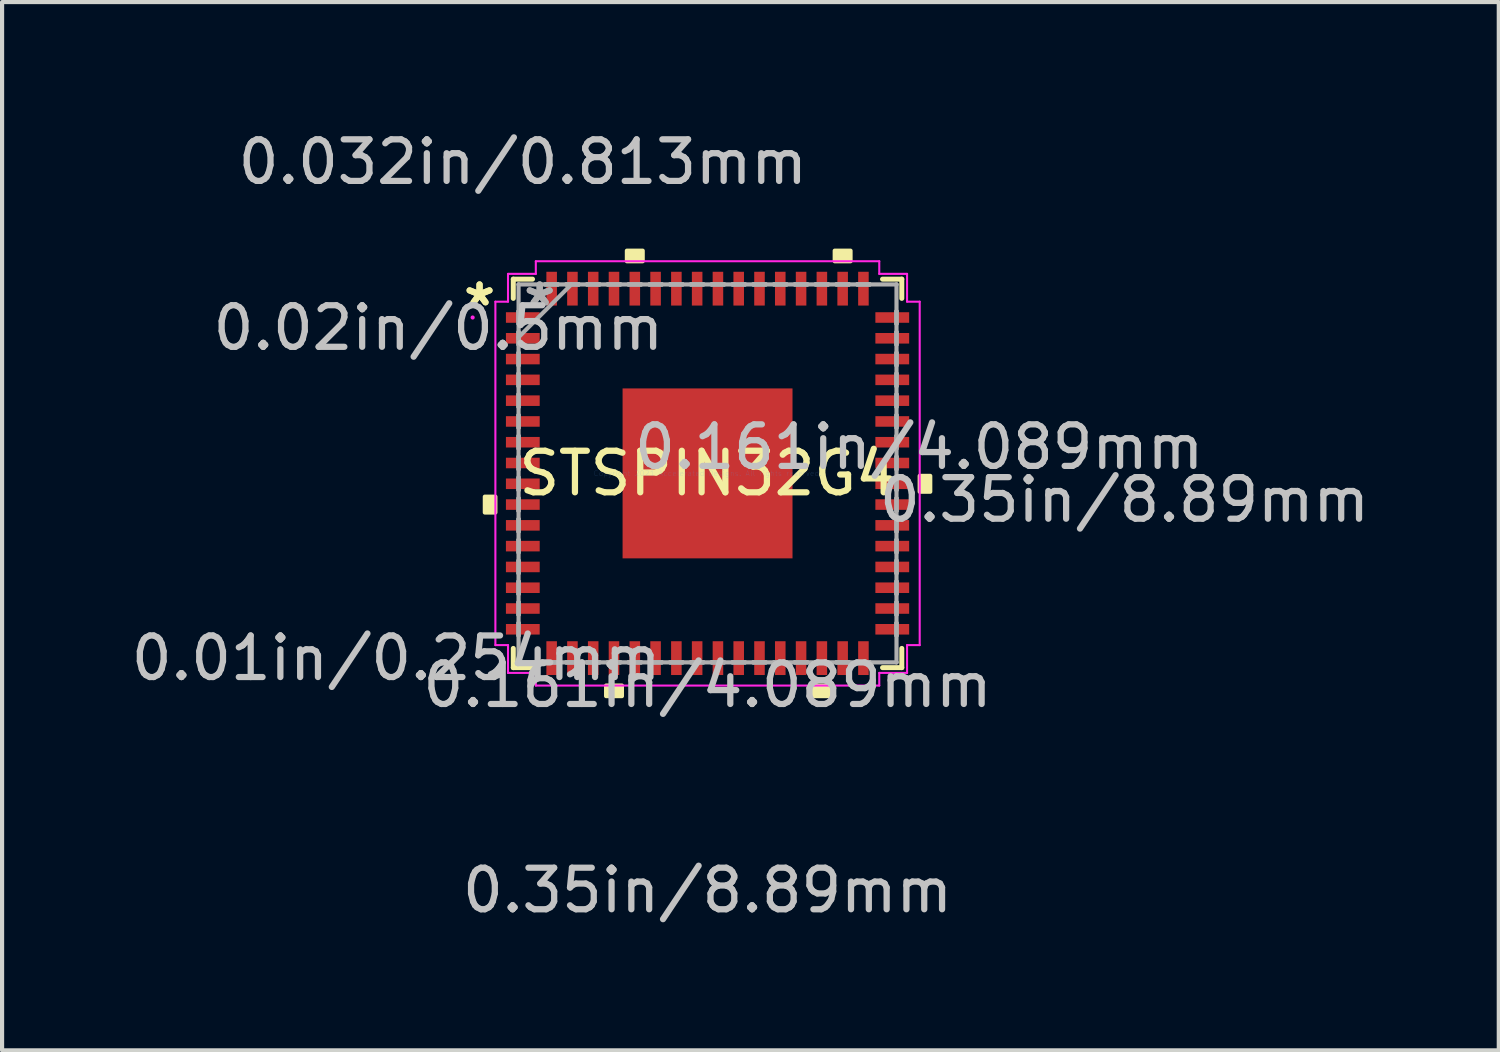
<source format=kicad_pcb>
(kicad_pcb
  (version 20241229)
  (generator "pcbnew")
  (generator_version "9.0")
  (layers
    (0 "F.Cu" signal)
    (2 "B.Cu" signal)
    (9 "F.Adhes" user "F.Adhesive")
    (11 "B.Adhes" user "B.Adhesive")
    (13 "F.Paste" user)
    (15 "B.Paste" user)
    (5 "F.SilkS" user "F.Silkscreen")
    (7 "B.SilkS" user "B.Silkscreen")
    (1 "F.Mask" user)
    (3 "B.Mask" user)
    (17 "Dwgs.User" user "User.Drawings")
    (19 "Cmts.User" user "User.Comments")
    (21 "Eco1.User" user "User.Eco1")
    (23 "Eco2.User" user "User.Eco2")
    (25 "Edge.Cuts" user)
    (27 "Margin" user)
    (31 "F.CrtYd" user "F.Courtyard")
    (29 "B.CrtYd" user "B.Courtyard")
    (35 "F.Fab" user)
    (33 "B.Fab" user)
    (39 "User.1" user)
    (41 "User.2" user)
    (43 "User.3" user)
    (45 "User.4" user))
  (footprint "STSPIN32G4"
    (layer "F.Cu")
    (at 13.975 8.341)
    (property "Reference" "STSPIN32G4" (at 0 0 0) (layer "F.SilkS") (effects (font (size 1 1) (thickness 0.15))))
    (attr through_hole)
    (fp_line (start -4.674 -4.674) (end -4.674 -4.211) (stroke (width 0.12) (type solid)) (layer "F.SilkS"))
    (fp_line (start -4.674 4.211) (end -4.674 4.674) (stroke (width 0.12) (type solid)) (layer "F.SilkS"))
    (fp_line (start -4.674 4.674) (end -4.211 4.674) (stroke (width 0.12) (type solid)) (layer "F.SilkS"))
    (fp_line (start -4.211 -4.674) (end -4.674 -4.674) (stroke (width 0.12) (type solid)) (layer "F.SilkS"))
    (fp_line (start 4.211 4.674) (end 4.674 4.674) (stroke (width 0.12) (type solid)) (layer "F.SilkS"))
    (fp_line (start 4.674 -4.674) (end 4.211 -4.674) (stroke (width 0.12) (type solid)) (layer "F.SilkS"))
    (fp_line (start 4.674 -4.211) (end 4.674 -4.674) (stroke (width 0.12) (type solid)) (layer "F.SilkS"))
    (fp_line (start 4.674 4.674) (end 4.674 4.211) (stroke (width 0.12) (type solid)) (layer "F.SilkS"))
    (fp_poly (pts (xy -5.359 0.56) (xy -5.359 0.941) (xy -5.105 0.941) (xy -5.105 0.56)) (stroke (width 0.1) (type solid)) (fill yes) (layer "F.SilkS"))
    (fp_poly (pts (xy -2.441 5.105) (xy -2.441 5.359) (xy -2.06 5.359) (xy -2.06 5.105)) (stroke (width 0.1) (type solid)) (fill yes) (layer "F.SilkS"))
    (fp_poly (pts (xy -1.941 -5.105) (xy -1.941 -5.359) (xy -1.56 -5.359) (xy -1.56 -5.105)) (stroke (width 0.1) (type solid)) (fill yes) (layer "F.SilkS"))
    (fp_poly (pts (xy 2.56 5.105) (xy 2.56 5.359) (xy 2.941 5.359) (xy 2.941 5.105)) (stroke (width 0.1) (type solid)) (fill yes) (layer "F.SilkS"))
    (fp_poly (pts (xy 3.06 -5.105) (xy 3.06 -5.359) (xy 3.441 -5.359) (xy 3.441 -5.105)) (stroke (width 0.1) (type solid)) (fill yes) (layer "F.SilkS"))
    (fp_poly (pts (xy 5.359 0.06) (xy 5.359 0.441) (xy 5.105 0.441) (xy 5.105 0.06)) (stroke (width 0.1) (type solid)) (fill yes) (layer "F.SilkS"))
    (fp_poly (pts (xy -1.945 -1.945) (xy -1.945 -0.782) (xy -0.782 -0.782) (xy -0.782 -1.945)) (stroke (width 0.1) (type solid)) (fill yes) (layer "F.Paste"))
    (fp_poly (pts (xy -1.945 -0.582) (xy -1.945 0.582) (xy -0.782 0.582) (xy -0.782 -0.582)) (stroke (width 0.1) (type solid)) (fill yes) (layer "F.Paste"))
    (fp_poly (pts (xy -1.945 0.782) (xy -1.945 1.945) (xy -0.782 1.945) (xy -0.782 0.782)) (stroke (width 0.1) (type solid)) (fill yes) (layer "F.Paste"))
    (fp_poly (pts (xy -0.582 -1.945) (xy -0.582 -0.782) (xy 0.582 -0.782) (xy 0.582 -1.945)) (stroke (width 0.1) (type solid)) (fill yes) (layer "F.Paste"))
    (fp_poly (pts (xy -0.582 -0.582) (xy -0.582 0.582) (xy 0.582 0.582) (xy 0.582 -0.582)) (stroke (width 0.1) (type solid)) (fill yes) (layer "F.Paste"))
    (fp_poly (pts (xy -0.582 0.782) (xy -0.582 1.945) (xy 0.582 1.945) (xy 0.582 0.782)) (stroke (width 0.1) (type solid)) (fill yes) (layer "F.Paste"))
    (fp_poly (pts (xy 0.782 -1.945) (xy 0.782 -0.782) (xy 1.945 -0.782) (xy 1.945 -1.945)) (stroke (width 0.1) (type solid)) (fill yes) (layer "F.Paste"))
    (fp_poly (pts (xy 0.782 -0.582) (xy 0.782 0.582) (xy 1.945 0.582) (xy 1.945 -0.582)) (stroke (width 0.1) (type solid)) (fill yes) (layer "F.Paste"))
    (fp_poly (pts (xy 0.782 0.782) (xy 0.782 1.945) (xy 1.945 1.945) (xy 1.945 0.782)) (stroke (width 0.1) (type solid)) (fill yes) (layer "F.Paste"))
    (fp_line (start -5.105 -4.132) (end -4.801 -4.132) (stroke (width 0.05) (type solid)) (layer "F.CrtYd"))
    (fp_line (start -5.105 4.132) (end -5.105 -4.132) (stroke (width 0.05) (type solid)) (layer "F.CrtYd"))
    (fp_line (start -4.801 -4.801) (end -4.132 -4.801) (stroke (width 0.05) (type solid)) (layer "F.CrtYd"))
    (fp_line (start -4.801 -4.132) (end -4.801 -4.801) (stroke (width 0.05) (type solid)) (layer "F.CrtYd"))
    (fp_line (start -4.801 4.132) (end -5.105 4.132) (stroke (width 0.05) (type solid)) (layer "F.CrtYd"))
    (fp_line (start -4.801 4.801) (end -4.801 4.132) (stroke (width 0.05) (type solid)) (layer "F.CrtYd"))
    (fp_line (start -4.132 -5.105) (end 4.132 -5.105) (stroke (width 0.05) (type solid)) (layer "F.CrtYd"))
    (fp_line (start -4.132 -4.801) (end -4.132 -5.105) (stroke (width 0.05) (type solid)) (layer "F.CrtYd"))
    (fp_line (start -4.132 4.801) (end -4.801 4.801) (stroke (width 0.05) (type solid)) (layer "F.CrtYd"))
    (fp_line (start -4.132 5.105) (end -4.132 4.801) (stroke (width 0.05) (type solid)) (layer "F.CrtYd"))
    (fp_line (start 4.132 -5.105) (end 4.132 -4.801) (stroke (width 0.05) (type solid)) (layer "F.CrtYd"))
    (fp_line (start 4.132 -4.801) (end 4.801 -4.801) (stroke (width 0.05) (type solid)) (layer "F.CrtYd"))
    (fp_line (start 4.132 4.801) (end 4.132 5.105) (stroke (width 0.05) (type solid)) (layer "F.CrtYd"))
    (fp_line (start 4.132 5.105) (end -4.132 5.105) (stroke (width 0.05) (type solid)) (layer "F.CrtYd"))
    (fp_line (start 4.801 -4.801) (end 4.801 -4.132) (stroke (width 0.05) (type solid)) (layer "F.CrtYd"))
    (fp_line (start 4.801 -4.132) (end 5.105 -4.132) (stroke (width 0.05) (type solid)) (layer "F.CrtYd"))
    (fp_line (start 4.801 4.132) (end 4.801 4.801) (stroke (width 0.05) (type solid)) (layer "F.CrtYd"))
    (fp_line (start 4.801 4.801) (end 4.132 4.801) (stroke (width 0.05) (type solid)) (layer "F.CrtYd"))
    (fp_line (start 5.105 -4.132) (end 5.105 4.132) (stroke (width 0.05) (type solid)) (layer "F.CrtYd"))
    (fp_line (start 5.105 4.132) (end 4.801 4.132) (stroke (width 0.05) (type solid)) (layer "F.CrtYd"))
    (fp_circle (center -5.652 -3.751) (end -5.652 -3.751) (stroke (width 0.05) (type solid)) (fill no) (layer "F.CrtYd"))
    (fp_line (start -4.547 -4.547) (end -4.547 -4.547) (stroke (width 0.1) (type solid)) (layer "F.Fab"))
    (fp_line (start -4.547 -4.547) (end -4.547 4.547) (stroke (width 0.1) (type solid)) (layer "F.Fab"))
    (fp_line (start -4.547 -3.903) (end -4.547 -3.903) (stroke (width 0.1) (type solid)) (layer "F.Fab"))
    (fp_line (start -4.547 -3.903) (end -4.547 -3.599) (stroke (width 0.1) (type solid)) (layer "F.Fab"))
    (fp_line (start -4.547 -3.599) (end -4.547 -3.903) (stroke (width 0.1) (type solid)) (layer "F.Fab"))
    (fp_line (start -4.547 -3.599) (end -4.547 -3.599) (stroke (width 0.1) (type solid)) (layer "F.Fab"))
    (fp_line (start -4.547 -3.403) (end -4.547 -3.403) (stroke (width 0.1) (type solid)) (layer "F.Fab"))
    (fp_line (start -4.547 -3.403) (end -4.547 -3.098) (stroke (width 0.1) (type solid)) (layer "F.Fab"))
    (fp_line (start -4.547 -3.277) (end -3.277 -4.547) (stroke (width 0.1) (type solid)) (layer "F.Fab"))
    (fp_line (start -4.547 -3.098) (end -4.547 -3.403) (stroke (width 0.1) (type solid)) (layer "F.Fab"))
    (fp_line (start -4.547 -3.098) (end -4.547 -3.098) (stroke (width 0.1) (type solid)) (layer "F.Fab"))
    (fp_line (start -4.547 -2.903) (end -4.547 -2.903) (stroke (width 0.1) (type solid)) (layer "F.Fab"))
    (fp_line (start -4.547 -2.903) (end -4.547 -2.598) (stroke (width 0.1) (type solid)) (layer "F.Fab"))
    (fp_line (start -4.547 -2.598) (end -4.547 -2.903) (stroke (width 0.1) (type solid)) (layer "F.Fab"))
    (fp_line (start -4.547 -2.598) (end -4.547 -2.598) (stroke (width 0.1) (type solid)) (layer "F.Fab"))
    (fp_line (start -4.547 -2.403) (end -4.547 -2.403) (stroke (width 0.1) (type solid)) (layer "F.Fab"))
    (fp_line (start -4.547 -2.403) (end -4.547 -2.098) (stroke (width 0.1) (type solid)) (layer "F.Fab"))
    (fp_line (start -4.547 -2.098) (end -4.547 -2.403) (stroke (width 0.1) (type solid)) (layer "F.Fab"))
    (fp_line (start -4.547 -2.098) (end -4.547 -2.098) (stroke (width 0.1) (type solid)) (layer "F.Fab"))
    (fp_line (start -4.547 -1.903) (end -4.547 -1.903) (stroke (width 0.1) (type solid)) (layer "F.Fab"))
    (fp_line (start -4.547 -1.903) (end -4.547 -1.598) (stroke (width 0.1) (type solid)) (layer "F.Fab"))
    (fp_line (start -4.547 -1.598) (end -4.547 -1.903) (stroke (width 0.1) (type solid)) (layer "F.Fab"))
    (fp_line (start -4.547 -1.598) (end -4.547 -1.598) (stroke (width 0.1) (type solid)) (layer "F.Fab"))
    (fp_line (start -4.547 -1.403) (end -4.547 -1.403) (stroke (width 0.1) (type solid)) (layer "F.Fab"))
    (fp_line (start -4.547 -1.403) (end -4.547 -1.098) (stroke (width 0.1) (type solid)) (layer "F.Fab"))
    (fp_line (start -4.547 -1.098) (end -4.547 -1.403) (stroke (width 0.1) (type solid)) (layer "F.Fab"))
    (fp_line (start -4.547 -1.098) (end -4.547 -1.098) (stroke (width 0.1) (type solid)) (layer "F.Fab"))
    (fp_line (start -4.547 -0.903) (end -4.547 -0.903) (stroke (width 0.1) (type solid)) (layer "F.Fab"))
    (fp_line (start -4.547 -0.903) (end -4.547 -0.598) (stroke (width 0.1) (type solid)) (layer "F.Fab"))
    (fp_line (start -4.547 -0.598) (end -4.547 -0.903) (stroke (width 0.1) (type solid)) (layer "F.Fab"))
    (fp_line (start -4.547 -0.598) (end -4.547 -0.598) (stroke (width 0.1) (type solid)) (layer "F.Fab"))
    (fp_line (start -4.547 -0.402) (end -4.547 -0.402) (stroke (width 0.1) (type solid)) (layer "F.Fab"))
    (fp_line (start -4.547 -0.402) (end -4.547 -0.098) (stroke (width 0.1) (type solid)) (layer "F.Fab"))
    (fp_line (start -4.547 -0.098) (end -4.547 -0.402) (stroke (width 0.1) (type solid)) (layer "F.Fab"))
    (fp_line (start -4.547 -0.098) (end -4.547 -0.098) (stroke (width 0.1) (type solid)) (layer "F.Fab"))
    (fp_line (start -4.547 0.098) (end -4.547 0.098) (stroke (width 0.1) (type solid)) (layer "F.Fab"))
    (fp_line (start -4.547 0.098) (end -4.547 0.402) (stroke (width 0.1) (type solid)) (layer "F.Fab"))
    (fp_line (start -4.547 0.402) (end -4.547 0.098) (stroke (width 0.1) (type solid)) (layer "F.Fab"))
    (fp_line (start -4.547 0.402) (end -4.547 0.402) (stroke (width 0.1) (type solid)) (layer "F.Fab"))
    (fp_line (start -4.547 0.598) (end -4.547 0.598) (stroke (width 0.1) (type solid)) (layer "F.Fab"))
    (fp_line (start -4.547 0.598) (end -4.547 0.903) (stroke (width 0.1) (type solid)) (layer "F.Fab"))
    (fp_line (start -4.547 0.903) (end -4.547 0.598) (stroke (width 0.1) (type solid)) (layer "F.Fab"))
    (fp_line (start -4.547 0.903) (end -4.547 0.903) (stroke (width 0.1) (type solid)) (layer "F.Fab"))
    (fp_line (start -4.547 1.098) (end -4.547 1.098) (stroke (width 0.1) (type solid)) (layer "F.Fab"))
    (fp_line (start -4.547 1.098) (end -4.547 1.403) (stroke (width 0.1) (type solid)) (layer "F.Fab"))
    (fp_line (start -4.547 1.403) (end -4.547 1.098) (stroke (width 0.1) (type solid)) (layer "F.Fab"))
    (fp_line (start -4.547 1.403) (end -4.547 1.403) (stroke (width 0.1) (type solid)) (layer "F.Fab"))
    (fp_line (start -4.547 1.598) (end -4.547 1.598) (stroke (width 0.1) (type solid)) (layer "F.Fab"))
    (fp_line (start -4.547 1.598) (end -4.547 1.903) (stroke (width 0.1) (type solid)) (layer "F.Fab"))
    (fp_line (start -4.547 1.903) (end -4.547 1.598) (stroke (width 0.1) (type solid)) (layer "F.Fab"))
    (fp_line (start -4.547 1.903) (end -4.547 1.903) (stroke (width 0.1) (type solid)) (layer "F.Fab"))
    (fp_line (start -4.547 2.098) (end -4.547 2.098) (stroke (width 0.1) (type solid)) (layer "F.Fab"))
    (fp_line (start -4.547 2.098) (end -4.547 2.403) (stroke (width 0.1) (type solid)) (layer "F.Fab"))
    (fp_line (start -4.547 2.403) (end -4.547 2.098) (stroke (width 0.1) (type solid)) (layer "F.Fab"))
    (fp_line (start -4.547 2.403) (end -4.547 2.403) (stroke (width 0.1) (type solid)) (layer "F.Fab"))
    (fp_line (start -4.547 2.598) (end -4.547 2.598) (stroke (width 0.1) (type solid)) (layer "F.Fab"))
    (fp_line (start -4.547 2.598) (end -4.547 2.903) (stroke (width 0.1) (type solid)) (layer "F.Fab"))
    (fp_line (start -4.547 2.903) (end -4.547 2.598) (stroke (width 0.1) (type solid)) (layer "F.Fab"))
    (fp_line (start -4.547 2.903) (end -4.547 2.903) (stroke (width 0.1) (type solid)) (layer "F.Fab"))
    (fp_line (start -4.547 3.098) (end -4.547 3.098) (stroke (width 0.1) (type solid)) (layer "F.Fab"))
    (fp_line (start -4.547 3.098) (end -4.547 3.403) (stroke (width 0.1) (type solid)) (layer "F.Fab"))
    (fp_line (start -4.547 3.403) (end -4.547 3.098) (stroke (width 0.1) (type solid)) (layer "F.Fab"))
    (fp_line (start -4.547 3.403) (end -4.547 3.403) (stroke (width 0.1) (type solid)) (layer "F.Fab"))
    (fp_line (start -4.547 3.599) (end -4.547 3.599) (stroke (width 0.1) (type solid)) (layer "F.Fab"))
    (fp_line (start -4.547 3.599) (end -4.547 3.903) (stroke (width 0.1) (type solid)) (layer "F.Fab"))
    (fp_line (start -4.547 3.903) (end -4.547 3.599) (stroke (width 0.1) (type solid)) (layer "F.Fab"))
    (fp_line (start -4.547 3.903) (end -4.547 3.903) (stroke (width 0.1) (type solid)) (layer "F.Fab"))
    (fp_line (start -4.547 4.547) (end -4.547 4.547) (stroke (width 0.1) (type solid)) (layer "F.Fab"))
    (fp_line (start -4.547 4.547) (end 4.547 4.547) (stroke (width 0.1) (type solid)) (layer "F.Fab"))
    (fp_line (start -3.903 -4.547) (end -3.903 -4.547) (stroke (width 0.1) (type solid)) (layer "F.Fab"))
    (fp_line (start -3.903 -4.547) (end -3.599 -4.547) (stroke (width 0.1) (type solid)) (layer "F.Fab"))
    (fp_line (start -3.903 4.547) (end -3.903 4.547) (stroke (width 0.1) (type solid)) (layer "F.Fab"))
    (fp_line (start -3.903 4.547) (end -3.599 4.547) (stroke (width 0.1) (type solid)) (layer "F.Fab"))
    (fp_line (start -3.599 -4.547) (end -3.903 -4.547) (stroke (width 0.1) (type solid)) (layer "F.Fab"))
    (fp_line (start -3.599 -4.547) (end -3.599 -4.547) (stroke (width 0.1) (type solid)) (layer "F.Fab"))
    (fp_line (start -3.599 4.547) (end -3.903 4.547) (stroke (width 0.1) (type solid)) (layer "F.Fab"))
    (fp_line (start -3.599 4.547) (end -3.599 4.547) (stroke (width 0.1) (type solid)) (layer "F.Fab"))
    (fp_line (start -3.403 -4.547) (end -3.403 -4.547) (stroke (width 0.1) (type solid)) (layer "F.Fab"))
    (fp_line (start -3.403 -4.547) (end -3.098 -4.547) (stroke (width 0.1) (type solid)) (layer "F.Fab"))
    (fp_line (start -3.403 4.547) (end -3.403 4.547) (stroke (width 0.1) (type solid)) (layer "F.Fab"))
    (fp_line (start -3.403 4.547) (end -3.098 4.547) (stroke (width 0.1) (type solid)) (layer "F.Fab"))
    (fp_line (start -3.098 -4.547) (end -3.403 -4.547) (stroke (width 0.1) (type solid)) (layer "F.Fab"))
    (fp_line (start -3.098 -4.547) (end -3.098 -4.547) (stroke (width 0.1) (type solid)) (layer "F.Fab"))
    (fp_line (start -3.098 4.547) (end -3.403 4.547) (stroke (width 0.1) (type solid)) (layer "F.Fab"))
    (fp_line (start -3.098 4.547) (end -3.098 4.547) (stroke (width 0.1) (type solid)) (layer "F.Fab"))
    (fp_line (start -2.903 -4.547) (end -2.903 -4.547) (stroke (width 0.1) (type solid)) (layer "F.Fab"))
    (fp_line (start -2.903 -4.547) (end -2.598 -4.547) (stroke (width 0.1) (type solid)) (layer "F.Fab"))
    (fp_line (start -2.903 4.547) (end -2.903 4.547) (stroke (width 0.1) (type solid)) (layer "F.Fab"))
    (fp_line (start -2.903 4.547) (end -2.598 4.547) (stroke (width 0.1) (type solid)) (layer "F.Fab"))
    (fp_line (start -2.598 -4.547) (end -2.903 -4.547) (stroke (width 0.1) (type solid)) (layer "F.Fab"))
    (fp_line (start -2.598 -4.547) (end -2.598 -4.547) (stroke (width 0.1) (type solid)) (layer "F.Fab"))
    (fp_line (start -2.598 4.547) (end -2.903 4.547) (stroke (width 0.1) (type solid)) (layer "F.Fab"))
    (fp_line (start -2.598 4.547) (end -2.598 4.547) (stroke (width 0.1) (type solid)) (layer "F.Fab"))
    (fp_line (start -2.403 -4.547) (end -2.403 -4.547) (stroke (width 0.1) (type solid)) (layer "F.Fab"))
    (fp_line (start -2.403 -4.547) (end -2.098 -4.547) (stroke (width 0.1) (type solid)) (layer "F.Fab"))
    (fp_line (start -2.403 4.547) (end -2.403 4.547) (stroke (width 0.1) (type solid)) (layer "F.Fab"))
    (fp_line (start -2.403 4.547) (end -2.098 4.547) (stroke (width 0.1) (type solid)) (layer "F.Fab"))
    (fp_line (start -2.098 -4.547) (end -2.403 -4.547) (stroke (width 0.1) (type solid)) (layer "F.Fab"))
    (fp_line (start -2.098 -4.547) (end -2.098 -4.547) (stroke (width 0.1) (type solid)) (layer "F.Fab"))
    (fp_line (start -2.098 4.547) (end -2.403 4.547) (stroke (width 0.1) (type solid)) (layer "F.Fab"))
    (fp_line (start -2.098 4.547) (end -2.098 4.547) (stroke (width 0.1) (type solid)) (layer "F.Fab"))
    (fp_line (start -1.903 -4.547) (end -1.903 -4.547) (stroke (width 0.1) (type solid)) (layer "F.Fab"))
    (fp_line (start -1.903 -4.547) (end -1.598 -4.547) (stroke (width 0.1) (type solid)) (layer "F.Fab"))
    (fp_line (start -1.903 4.547) (end -1.903 4.547) (stroke (width 0.1) (type solid)) (layer "F.Fab"))
    (fp_line (start -1.903 4.547) (end -1.598 4.547) (stroke (width 0.1) (type solid)) (layer "F.Fab"))
    (fp_line (start -1.598 -4.547) (end -1.903 -4.547) (stroke (width 0.1) (type solid)) (layer "F.Fab"))
    (fp_line (start -1.598 -4.547) (end -1.598 -4.547) (stroke (width 0.1) (type solid)) (layer "F.Fab"))
    (fp_line (start -1.598 4.547) (end -1.903 4.547) (stroke (width 0.1) (type solid)) (layer "F.Fab"))
    (fp_line (start -1.598 4.547) (end -1.598 4.547) (stroke (width 0.1) (type solid)) (layer "F.Fab"))
    (fp_line (start -1.403 -4.547) (end -1.403 -4.547) (stroke (width 0.1) (type solid)) (layer "F.Fab"))
    (fp_line (start -1.403 -4.547) (end -1.098 -4.547) (stroke (width 0.1) (type solid)) (layer "F.Fab"))
    (fp_line (start -1.403 4.547) (end -1.403 4.547) (stroke (width 0.1) (type solid)) (layer "F.Fab"))
    (fp_line (start -1.403 4.547) (end -1.098 4.547) (stroke (width 0.1) (type solid)) (layer "F.Fab"))
    (fp_line (start -1.098 -4.547) (end -1.403 -4.547) (stroke (width 0.1) (type solid)) (layer "F.Fab"))
    (fp_line (start -1.098 -4.547) (end -1.098 -4.547) (stroke (width 0.1) (type solid)) (layer "F.Fab"))
    (fp_line (start -1.098 4.547) (end -1.403 4.547) (stroke (width 0.1) (type solid)) (layer "F.Fab"))
    (fp_line (start -1.098 4.547) (end -1.098 4.547) (stroke (width 0.1) (type solid)) (layer "F.Fab"))
    (fp_line (start -0.903 -4.547) (end -0.903 -4.547) (stroke (width 0.1) (type solid)) (layer "F.Fab"))
    (fp_line (start -0.903 -4.547) (end -0.598 -4.547) (stroke (width 0.1) (type solid)) (layer "F.Fab"))
    (fp_line (start -0.903 4.547) (end -0.903 4.547) (stroke (width 0.1) (type solid)) (layer "F.Fab"))
    (fp_line (start -0.903 4.547) (end -0.598 4.547) (stroke (width 0.1) (type solid)) (layer "F.Fab"))
    (fp_line (start -0.598 -4.547) (end -0.903 -4.547) (stroke (width 0.1) (type solid)) (layer "F.Fab"))
    (fp_line (start -0.598 -4.547) (end -0.598 -4.547) (stroke (width 0.1) (type solid)) (layer "F.Fab"))
    (fp_line (start -0.598 4.547) (end -0.903 4.547) (stroke (width 0.1) (type solid)) (layer "F.Fab"))
    (fp_line (start -0.598 4.547) (end -0.598 4.547) (stroke (width 0.1) (type solid)) (layer "F.Fab"))
    (fp_line (start -0.402 -4.547) (end -0.402 -4.547) (stroke (width 0.1) (type solid)) (layer "F.Fab"))
    (fp_line (start -0.402 -4.547) (end -0.098 -4.547) (stroke (width 0.1) (type solid)) (layer "F.Fab"))
    (fp_line (start -0.402 4.547) (end -0.402 4.547) (stroke (width 0.1) (type solid)) (layer "F.Fab"))
    (fp_line (start -0.402 4.547) (end -0.098 4.547) (stroke (width 0.1) (type solid)) (layer "F.Fab"))
    (fp_line (start -0.098 -4.547) (end -0.402 -4.547) (stroke (width 0.1) (type solid)) (layer "F.Fab"))
    (fp_line (start -0.098 -4.547) (end -0.098 -4.547) (stroke (width 0.1) (type solid)) (layer "F.Fab"))
    (fp_line (start -0.098 4.547) (end -0.402 4.547) (stroke (width 0.1) (type solid)) (layer "F.Fab"))
    (fp_line (start -0.098 4.547) (end -0.098 4.547) (stroke (width 0.1) (type solid)) (layer "F.Fab"))
    (fp_line (start 0.098 -4.547) (end 0.098 -4.547) (stroke (width 0.1) (type solid)) (layer "F.Fab"))
    (fp_line (start 0.098 -4.547) (end 0.402 -4.547) (stroke (width 0.1) (type solid)) (layer "F.Fab"))
    (fp_line (start 0.098 4.547) (end 0.098 4.547) (stroke (width 0.1) (type solid)) (layer "F.Fab"))
    (fp_line (start 0.098 4.547) (end 0.402 4.547) (stroke (width 0.1) (type solid)) (layer "F.Fab"))
    (fp_line (start 0.402 -4.547) (end 0.098 -4.547) (stroke (width 0.1) (type solid)) (layer "F.Fab"))
    (fp_line (start 0.402 -4.547) (end 0.402 -4.547) (stroke (width 0.1) (type solid)) (layer "F.Fab"))
    (fp_line (start 0.402 4.547) (end 0.098 4.547) (stroke (width 0.1) (type solid)) (layer "F.Fab"))
    (fp_line (start 0.402 4.547) (end 0.402 4.547) (stroke (width 0.1) (type solid)) (layer "F.Fab"))
    (fp_line (start 0.598 -4.547) (end 0.598 -4.547) (stroke (width 0.1) (type solid)) (layer "F.Fab"))
    (fp_line (start 0.598 -4.547) (end 0.903 -4.547) (stroke (width 0.1) (type solid)) (layer "F.Fab"))
    (fp_line (start 0.598 4.547) (end 0.598 4.547) (stroke (width 0.1) (type solid)) (layer "F.Fab"))
    (fp_line (start 0.598 4.547) (end 0.903 4.547) (stroke (width 0.1) (type solid)) (layer "F.Fab"))
    (fp_line (start 0.903 -4.547) (end 0.598 -4.547) (stroke (width 0.1) (type solid)) (layer "F.Fab"))
    (fp_line (start 0.903 -4.547) (end 0.903 -4.547) (stroke (width 0.1) (type solid)) (layer "F.Fab"))
    (fp_line (start 0.903 4.547) (end 0.598 4.547) (stroke (width 0.1) (type solid)) (layer "F.Fab"))
    (fp_line (start 0.903 4.547) (end 0.903 4.547) (stroke (width 0.1) (type solid)) (layer "F.Fab"))
    (fp_line (start 1.098 -4.547) (end 1.098 -4.547) (stroke (width 0.1) (type solid)) (layer "F.Fab"))
    (fp_line (start 1.098 -4.547) (end 1.403 -4.547) (stroke (width 0.1) (type solid)) (layer "F.Fab"))
    (fp_line (start 1.098 4.547) (end 1.098 4.547) (stroke (width 0.1) (type solid)) (layer "F.Fab"))
    (fp_line (start 1.098 4.547) (end 1.403 4.547) (stroke (width 0.1) (type solid)) (layer "F.Fab"))
    (fp_line (start 1.403 -4.547) (end 1.098 -4.547) (stroke (width 0.1) (type solid)) (layer "F.Fab"))
    (fp_line (start 1.403 -4.547) (end 1.403 -4.547) (stroke (width 0.1) (type solid)) (layer "F.Fab"))
    (fp_line (start 1.403 4.547) (end 1.098 4.547) (stroke (width 0.1) (type solid)) (layer "F.Fab"))
    (fp_line (start 1.403 4.547) (end 1.403 4.547) (stroke (width 0.1) (type solid)) (layer "F.Fab"))
    (fp_line (start 1.598 -4.547) (end 1.598 -4.547) (stroke (width 0.1) (type solid)) (layer "F.Fab"))
    (fp_line (start 1.598 -4.547) (end 1.903 -4.547) (stroke (width 0.1) (type solid)) (layer "F.Fab"))
    (fp_line (start 1.598 4.547) (end 1.598 4.547) (stroke (width 0.1) (type solid)) (layer "F.Fab"))
    (fp_line (start 1.598 4.547) (end 1.903 4.547) (stroke (width 0.1) (type solid)) (layer "F.Fab"))
    (fp_line (start 1.903 -4.547) (end 1.598 -4.547) (stroke (width 0.1) (type solid)) (layer "F.Fab"))
    (fp_line (start 1.903 -4.547) (end 1.903 -4.547) (stroke (width 0.1) (type solid)) (layer "F.Fab"))
    (fp_line (start 1.903 4.547) (end 1.598 4.547) (stroke (width 0.1) (type solid)) (layer "F.Fab"))
    (fp_line (start 1.903 4.547) (end 1.903 4.547) (stroke (width 0.1) (type solid)) (layer "F.Fab"))
    (fp_line (start 2.098 -4.547) (end 2.098 -4.547) (stroke (width 0.1) (type solid)) (layer "F.Fab"))
    (fp_line (start 2.098 -4.547) (end 2.403 -4.547) (stroke (width 0.1) (type solid)) (layer "F.Fab"))
    (fp_line (start 2.098 4.547) (end 2.098 4.547) (stroke (width 0.1) (type solid)) (layer "F.Fab"))
    (fp_line (start 2.098 4.547) (end 2.403 4.547) (stroke (width 0.1) (type solid)) (layer "F.Fab"))
    (fp_line (start 2.403 -4.547) (end 2.098 -4.547) (stroke (width 0.1) (type solid)) (layer "F.Fab"))
    (fp_line (start 2.403 -4.547) (end 2.403 -4.547) (stroke (width 0.1) (type solid)) (layer "F.Fab"))
    (fp_line (start 2.403 4.547) (end 2.098 4.547) (stroke (width 0.1) (type solid)) (layer "F.Fab"))
    (fp_line (start 2.403 4.547) (end 2.403 4.547) (stroke (width 0.1) (type solid)) (layer "F.Fab"))
    (fp_line (start 2.598 -4.547) (end 2.598 -4.547) (stroke (width 0.1) (type solid)) (layer "F.Fab"))
    (fp_line (start 2.598 -4.547) (end 2.903 -4.547) (stroke (width 0.1) (type solid)) (layer "F.Fab"))
    (fp_line (start 2.598 4.547) (end 2.598 4.547) (stroke (width 0.1) (type solid)) (layer "F.Fab"))
    (fp_line (start 2.598 4.547) (end 2.903 4.547) (stroke (width 0.1) (type solid)) (layer "F.Fab"))
    (fp_line (start 2.903 -4.547) (end 2.598 -4.547) (stroke (width 0.1) (type solid)) (layer "F.Fab"))
    (fp_line (start 2.903 -4.547) (end 2.903 -4.547) (stroke (width 0.1) (type solid)) (layer "F.Fab"))
    (fp_line (start 2.903 4.547) (end 2.598 4.547) (stroke (width 0.1) (type solid)) (layer "F.Fab"))
    (fp_line (start 2.903 4.547) (end 2.903 4.547) (stroke (width 0.1) (type solid)) (layer "F.Fab"))
    (fp_line (start 3.098 -4.547) (end 3.098 -4.547) (stroke (width 0.1) (type solid)) (layer "F.Fab"))
    (fp_line (start 3.098 -4.547) (end 3.403 -4.547) (stroke (width 0.1) (type solid)) (layer "F.Fab"))
    (fp_line (start 3.098 4.547) (end 3.098 4.547) (stroke (width 0.1) (type solid)) (layer "F.Fab"))
    (fp_line (start 3.098 4.547) (end 3.403 4.547) (stroke (width 0.1) (type solid)) (layer "F.Fab"))
    (fp_line (start 3.403 -4.547) (end 3.098 -4.547) (stroke (width 0.1) (type solid)) (layer "F.Fab"))
    (fp_line (start 3.403 -4.547) (end 3.403 -4.547) (stroke (width 0.1) (type solid)) (layer "F.Fab"))
    (fp_line (start 3.403 4.547) (end 3.098 4.547) (stroke (width 0.1) (type solid)) (layer "F.Fab"))
    (fp_line (start 3.403 4.547) (end 3.403 4.547) (stroke (width 0.1) (type solid)) (layer "F.Fab"))
    (fp_line (start 3.599 -4.547) (end 3.599 -4.547) (stroke (width 0.1) (type solid)) (layer "F.Fab"))
    (fp_line (start 3.599 -4.547) (end 3.903 -4.547) (stroke (width 0.1) (type solid)) (layer "F.Fab"))
    (fp_line (start 3.599 4.547) (end 3.599 4.547) (stroke (width 0.1) (type solid)) (layer "F.Fab"))
    (fp_line (start 3.599 4.547) (end 3.903 4.547) (stroke (width 0.1) (type solid)) (layer "F.Fab"))
    (fp_line (start 3.903 -4.547) (end 3.599 -4.547) (stroke (width 0.1) (type solid)) (layer "F.Fab"))
    (fp_line (start 3.903 -4.547) (end 3.903 -4.547) (stroke (width 0.1) (type solid)) (layer "F.Fab"))
    (fp_line (start 3.903 4.547) (end 3.599 4.547) (stroke (width 0.1) (type solid)) (layer "F.Fab"))
    (fp_line (start 3.903 4.547) (end 3.903 4.547) (stroke (width 0.1) (type solid)) (layer "F.Fab"))
    (fp_line (start 4.547 -4.547) (end -4.547 -4.547) (stroke (width 0.1) (type solid)) (layer "F.Fab"))
    (fp_line (start 4.547 -4.547) (end 4.547 -4.547) (stroke (width 0.1) (type solid)) (layer "F.Fab"))
    (fp_line (start 4.547 -3.903) (end 4.547 -3.903) (stroke (width 0.1) (type solid)) (layer "F.Fab"))
    (fp_line (start 4.547 -3.903) (end 4.547 -3.599) (stroke (width 0.1) (type solid)) (layer "F.Fab"))
    (fp_line (start 4.547 -3.599) (end 4.547 -3.903) (stroke (width 0.1) (type solid)) (layer "F.Fab"))
    (fp_line (start 4.547 -3.599) (end 4.547 -3.599) (stroke (width 0.1) (type solid)) (layer "F.Fab"))
    (fp_line (start 4.547 -3.403) (end 4.547 -3.403) (stroke (width 0.1) (type solid)) (layer "F.Fab"))
    (fp_line (start 4.547 -3.403) (end 4.547 -3.098) (stroke (width 0.1) (type solid)) (layer "F.Fab"))
    (fp_line (start 4.547 -3.098) (end 4.547 -3.403) (stroke (width 0.1) (type solid)) (layer "F.Fab"))
    (fp_line (start 4.547 -3.098) (end 4.547 -3.098) (stroke (width 0.1) (type solid)) (layer "F.Fab"))
    (fp_line (start 4.547 -2.903) (end 4.547 -2.903) (stroke (width 0.1) (type solid)) (layer "F.Fab"))
    (fp_line (start 4.547 -2.903) (end 4.547 -2.598) (stroke (width 0.1) (type solid)) (layer "F.Fab"))
    (fp_line (start 4.547 -2.598) (end 4.547 -2.903) (stroke (width 0.1) (type solid)) (layer "F.Fab"))
    (fp_line (start 4.547 -2.598) (end 4.547 -2.598) (stroke (width 0.1) (type solid)) (layer "F.Fab"))
    (fp_line (start 4.547 -2.403) (end 4.547 -2.403) (stroke (width 0.1) (type solid)) (layer "F.Fab"))
    (fp_line (start 4.547 -2.403) (end 4.547 -2.098) (stroke (width 0.1) (type solid)) (layer "F.Fab"))
    (fp_line (start 4.547 -2.098) (end 4.547 -2.403) (stroke (width 0.1) (type solid)) (layer "F.Fab"))
    (fp_line (start 4.547 -2.098) (end 4.547 -2.098) (stroke (width 0.1) (type solid)) (layer "F.Fab"))
    (fp_line (start 4.547 -1.903) (end 4.547 -1.903) (stroke (width 0.1) (type solid)) (layer "F.Fab"))
    (fp_line (start 4.547 -1.903) (end 4.547 -1.598) (stroke (width 0.1) (type solid)) (layer "F.Fab"))
    (fp_line (start 4.547 -1.598) (end 4.547 -1.903) (stroke (width 0.1) (type solid)) (layer "F.Fab"))
    (fp_line (start 4.547 -1.598) (end 4.547 -1.598) (stroke (width 0.1) (type solid)) (layer "F.Fab"))
    (fp_line (start 4.547 -1.403) (end 4.547 -1.403) (stroke (width 0.1) (type solid)) (layer "F.Fab"))
    (fp_line (start 4.547 -1.403) (end 4.547 -1.098) (stroke (width 0.1) (type solid)) (layer "F.Fab"))
    (fp_line (start 4.547 -1.098) (end 4.547 -1.403) (stroke (width 0.1) (type solid)) (layer "F.Fab"))
    (fp_line (start 4.547 -1.098) (end 4.547 -1.098) (stroke (width 0.1) (type solid)) (layer "F.Fab"))
    (fp_line (start 4.547 -0.903) (end 4.547 -0.903) (stroke (width 0.1) (type solid)) (layer "F.Fab"))
    (fp_line (start 4.547 -0.903) (end 4.547 -0.598) (stroke (width 0.1) (type solid)) (layer "F.Fab"))
    (fp_line (start 4.547 -0.598) (end 4.547 -0.903) (stroke (width 0.1) (type solid)) (layer "F.Fab"))
    (fp_line (start 4.547 -0.598) (end 4.547 -0.598) (stroke (width 0.1) (type solid)) (layer "F.Fab"))
    (fp_line (start 4.547 -0.402) (end 4.547 -0.402) (stroke (width 0.1) (type solid)) (layer "F.Fab"))
    (fp_line (start 4.547 -0.402) (end 4.547 -0.098) (stroke (width 0.1) (type solid)) (layer "F.Fab"))
    (fp_line (start 4.547 -0.098) (end 4.547 -0.402) (stroke (width 0.1) (type solid)) (layer "F.Fab"))
    (fp_line (start 4.547 -0.098) (end 4.547 -0.098) (stroke (width 0.1) (type solid)) (layer "F.Fab"))
    (fp_line (start 4.547 0.098) (end 4.547 0.098) (stroke (width 0.1) (type solid)) (layer "F.Fab"))
    (fp_line (start 4.547 0.098) (end 4.547 0.402) (stroke (width 0.1) (type solid)) (layer "F.Fab"))
    (fp_line (start 4.547 0.402) (end 4.547 0.098) (stroke (width 0.1) (type solid)) (layer "F.Fab"))
    (fp_line (start 4.547 0.402) (end 4.547 0.402) (stroke (width 0.1) (type solid)) (layer "F.Fab"))
    (fp_line (start 4.547 0.598) (end 4.547 0.598) (stroke (width 0.1) (type solid)) (layer "F.Fab"))
    (fp_line (start 4.547 0.598) (end 4.547 0.903) (stroke (width 0.1) (type solid)) (layer "F.Fab"))
    (fp_line (start 4.547 0.903) (end 4.547 0.598) (stroke (width 0.1) (type solid)) (layer "F.Fab"))
    (fp_line (start 4.547 0.903) (end 4.547 0.903) (stroke (width 0.1) (type solid)) (layer "F.Fab"))
    (fp_line (start 4.547 1.098) (end 4.547 1.098) (stroke (width 0.1) (type solid)) (layer "F.Fab"))
    (fp_line (start 4.547 1.098) (end 4.547 1.403) (stroke (width 0.1) (type solid)) (layer "F.Fab"))
    (fp_line (start 4.547 1.403) (end 4.547 1.098) (stroke (width 0.1) (type solid)) (layer "F.Fab"))
    (fp_line (start 4.547 1.403) (end 4.547 1.403) (stroke (width 0.1) (type solid)) (layer "F.Fab"))
    (fp_line (start 4.547 1.598) (end 4.547 1.598) (stroke (width 0.1) (type solid)) (layer "F.Fab"))
    (fp_line (start 4.547 1.598) (end 4.547 1.903) (stroke (width 0.1) (type solid)) (layer "F.Fab"))
    (fp_line (start 4.547 1.903) (end 4.547 1.598) (stroke (width 0.1) (type solid)) (layer "F.Fab"))
    (fp_line (start 4.547 1.903) (end 4.547 1.903) (stroke (width 0.1) (type solid)) (layer "F.Fab"))
    (fp_line (start 4.547 2.098) (end 4.547 2.098) (stroke (width 0.1) (type solid)) (layer "F.Fab"))
    (fp_line (start 4.547 2.098) (end 4.547 2.403) (stroke (width 0.1) (type solid)) (layer "F.Fab"))
    (fp_line (start 4.547 2.403) (end 4.547 2.098) (stroke (width 0.1) (type solid)) (layer "F.Fab"))
    (fp_line (start 4.547 2.403) (end 4.547 2.403) (stroke (width 0.1) (type solid)) (layer "F.Fab"))
    (fp_line (start 4.547 2.598) (end 4.547 2.598) (stroke (width 0.1) (type solid)) (layer "F.Fab"))
    (fp_line (start 4.547 2.598) (end 4.547 2.903) (stroke (width 0.1) (type solid)) (layer "F.Fab"))
    (fp_line (start 4.547 2.903) (end 4.547 2.598) (stroke (width 0.1) (type solid)) (layer "F.Fab"))
    (fp_line (start 4.547 2.903) (end 4.547 2.903) (stroke (width 0.1) (type solid)) (layer "F.Fab"))
    (fp_line (start 4.547 3.098) (end 4.547 3.098) (stroke (width 0.1) (type solid)) (layer "F.Fab"))
    (fp_line (start 4.547 3.098) (end 4.547 3.403) (stroke (width 0.1) (type solid)) (layer "F.Fab"))
    (fp_line (start 4.547 3.403) (end 4.547 3.098) (stroke (width 0.1) (type solid)) (layer "F.Fab"))
    (fp_line (start 4.547 3.403) (end 4.547 3.403) (stroke (width 0.1) (type solid)) (layer "F.Fab"))
    (fp_line (start 4.547 3.599) (end 4.547 3.599) (stroke (width 0.1) (type solid)) (layer "F.Fab"))
    (fp_line (start 4.547 3.599) (end 4.547 3.903) (stroke (width 0.1) (type solid)) (layer "F.Fab"))
    (fp_line (start 4.547 3.903) (end 4.547 3.599) (stroke (width 0.1) (type solid)) (layer "F.Fab"))
    (fp_line (start 4.547 3.903) (end 4.547 3.903) (stroke (width 0.1) (type solid)) (layer "F.Fab"))
    (fp_line (start 4.547 4.547) (end 4.547 -4.547) (stroke (width 0.1) (type solid)) (layer "F.Fab"))
    (fp_line (start 4.547 4.547) (end 4.547 4.547) (stroke (width 0.1) (type solid)) (layer "F.Fab"))
    (fp_text user "*" (at -5.486 -4.001 0) (layer "F.SilkS") (effects (font (size 1 1) (thickness 0.15))))
    (fp_text user "*" (at -5.486 -4.001 0) (layer "F.SilkS") (effects (font (size 1 1) (thickness 0.15))))
    (fp_text user "0.161in/4.089mm" (at 0 5.093 0) (layer "Dwgs.User") (effects (font (size 1 1) (thickness 0.15))))
    (fp_text user "0.35in/8.89mm" (at 0 10.033 0) (layer "Dwgs.User") (effects (font (size 1 1) (thickness 0.15))))
    (fp_text user "0.35in/8.89mm" (at 10.033 0.635 0) (layer "Dwgs.User") (effects (font (size 1 1) (thickness 0.15))))
    (fp_text user "0.01in/0.254mm" (at -7.493 4.445 0) (layer "Dwgs.User") (effects (font (size 1 1) (thickness 0.15))))
    (fp_text user "0.032in/0.813mm" (at -4.445 -7.493 0) (layer "Dwgs.User") (effects (font (size 1 1) (thickness 0.15))))
    (fp_text user "0.02in/0.5mm" (at -6.477 -3.501 0) (layer "Dwgs.User") (effects (font (size 1 1) (thickness 0.15))))
    (fp_text user "0.161in/4.089mm" (at 5.093 -0.635 0) (layer "Dwgs.User") (effects (font (size 1 1) (thickness 0.15))))
    (fp_text user "Copyright 2021 Accelerated Designs. All rights reserved." (at 0 0 0) (layer "Cmts.User") (effects (font (size 0.127 0.127) (thickness 0.002))))
    (fp_text user "*" (at -4.039 -4.001 0) (layer "F.Fab") (effects (font (size 1 1) (thickness 0.15))))
    (fp_text user "*" (at -4.039 -4.001 0) (layer "F.Fab") (effects (font (size 1 1) (thickness 0.15))))
    (pad "1" smd rect (at -4.445 -3.751 90) (size 0.254 0.813) (layers "F.Cu" "F.Mask" "F.Paste"))
    (pad "2" smd rect (at -4.445 -3.251 90) (size 0.254 0.813) (layers "F.Cu" "F.Mask" "F.Paste"))
    (pad "3" smd rect (at -4.445 -2.751 90) (size 0.254 0.813) (layers "F.Cu" "F.Mask" "F.Paste"))
    (pad "4" smd rect (at -4.445 -2.251 90) (size 0.254 0.813) (layers "F.Cu" "F.Mask" "F.Paste"))
    (pad "5" smd rect (at -4.445 -1.75 90) (size 0.254 0.813) (layers "F.Cu" "F.Mask" "F.Paste"))
    (pad "6" smd rect (at -4.445 -1.25 90) (size 0.254 0.813) (layers "F.Cu" "F.Mask" "F.Paste"))
    (pad "7" smd rect (at -4.445 -0.75 90) (size 0.254 0.813) (layers "F.Cu" "F.Mask" "F.Paste"))
    (pad "8" smd rect (at -4.445 -0.25 90) (size 0.254 0.813) (layers "F.Cu" "F.Mask" "F.Paste"))
    (pad "9" smd rect (at -4.445 0.25 90) (size 0.254 0.813) (layers "F.Cu" "F.Mask" "F.Paste"))
    (pad "10" smd rect (at -4.445 0.75 90) (size 0.254 0.813) (layers "F.Cu" "F.Mask" "F.Paste"))
    (pad "11" smd rect (at -4.445 1.25 90) (size 0.254 0.813) (layers "F.Cu" "F.Mask" "F.Paste"))
    (pad "12" smd rect (at -4.445 1.75 90) (size 0.254 0.813) (layers "F.Cu" "F.Mask" "F.Paste"))
    (pad "13" smd rect (at -4.445 2.251 90) (size 0.254 0.813) (layers "F.Cu" "F.Mask" "F.Paste"))
    (pad "14" smd rect (at -4.445 2.751 90) (size 0.254 0.813) (layers "F.Cu" "F.Mask" "F.Paste"))
    (pad "15" smd rect (at -4.445 3.251 90) (size 0.254 0.813) (layers "F.Cu" "F.Mask" "F.Paste"))
    (pad "16" smd rect (at -4.445 3.751 90) (size 0.254 0.813) (layers "F.Cu" "F.Mask" "F.Paste"))
    (pad "17" smd rect (at -3.751 4.445) (size 0.254 0.813) (layers "F.Cu" "F.Mask" "F.Paste"))
    (pad "18" smd rect (at -3.251 4.445) (size 0.254 0.813) (layers "F.Cu" "F.Mask" "F.Paste"))
    (pad "19" smd rect (at -2.751 4.445) (size 0.254 0.813) (layers "F.Cu" "F.Mask" "F.Paste"))
    (pad "20" smd rect (at -2.251 4.445) (size 0.254 0.813) (layers "F.Cu" "F.Mask" "F.Paste"))
    (pad "21" smd rect (at -1.75 4.445) (size 0.254 0.813) (layers "F.Cu" "F.Mask" "F.Paste"))
    (pad "22" smd rect (at -1.25 4.445) (size 0.254 0.813) (layers "F.Cu" "F.Mask" "F.Paste"))
    (pad "23" smd rect (at -0.75 4.445) (size 0.254 0.813) (layers "F.Cu" "F.Mask" "F.Paste"))
    (pad "24" smd rect (at -0.25 4.445) (size 0.254 0.813) (layers "F.Cu" "F.Mask" "F.Paste"))
    (pad "25" smd rect (at 0.25 4.445) (size 0.254 0.813) (layers "F.Cu" "F.Mask" "F.Paste"))
    (pad "26" smd rect (at 0.75 4.445) (size 0.254 0.813) (layers "F.Cu" "F.Mask" "F.Paste"))
    (pad "27" smd rect (at 1.25 4.445) (size 0.254 0.813) (layers "F.Cu" "F.Mask" "F.Paste"))
    (pad "28" smd rect (at 1.75 4.445) (size 0.254 0.813) (layers "F.Cu" "F.Mask" "F.Paste"))
    (pad "29" smd rect (at 2.251 4.445) (size 0.254 0.813) (layers "F.Cu" "F.Mask" "F.Paste"))
    (pad "30" smd rect (at 2.751 4.445) (size 0.254 0.813) (layers "F.Cu" "F.Mask" "F.Paste"))
    (pad "31" smd rect (at 3.251 4.445) (size 0.254 0.813) (layers "F.Cu" "F.Mask" "F.Paste"))
    (pad "32" smd rect (at 3.751 4.445) (size 0.254 0.813) (layers "F.Cu" "F.Mask" "F.Paste"))
    (pad "33" smd rect (at 4.445 3.751 90) (size 0.254 0.813) (layers "F.Cu" "F.Mask" "F.Paste"))
    (pad "34" smd rect (at 4.445 3.251 90) (size 0.254 0.813) (layers "F.Cu" "F.Mask" "F.Paste"))
    (pad "35" smd rect (at 4.445 2.751 90) (size 0.254 0.813) (layers "F.Cu" "F.Mask" "F.Paste"))
    (pad "36" smd rect (at 4.445 2.251 90) (size 0.254 0.813) (layers "F.Cu" "F.Mask" "F.Paste"))
    (pad "37" smd rect (at 4.445 1.75 90) (size 0.254 0.813) (layers "F.Cu" "F.Mask" "F.Paste"))
    (pad "38" smd rect (at 4.445 1.25 90) (size 0.254 0.813) (layers "F.Cu" "F.Mask" "F.Paste"))
    (pad "39" smd rect (at 4.445 0.75 90) (size 0.254 0.813) (layers "F.Cu" "F.Mask" "F.Paste"))
    (pad "40" smd rect (at 4.445 0.25 90) (size 0.254 0.813) (layers "F.Cu" "F.Mask" "F.Paste"))
    (pad "41" smd rect (at 4.445 -0.25 90) (size 0.254 0.813) (layers "F.Cu" "F.Mask" "F.Paste"))
    (pad "42" smd rect (at 4.445 -0.75 90) (size 0.254 0.813) (layers "F.Cu" "F.Mask" "F.Paste"))
    (pad "43" smd rect (at 4.445 -1.25 90) (size 0.254 0.813) (layers "F.Cu" "F.Mask" "F.Paste"))
    (pad "44" smd rect (at 4.445 -1.75 90) (size 0.254 0.813) (layers "F.Cu" "F.Mask" "F.Paste"))
    (pad "45" smd rect (at 4.445 -2.251 90) (size 0.254 0.813) (layers "F.Cu" "F.Mask" "F.Paste"))
    (pad "46" smd rect (at 4.445 -2.751 90) (size 0.254 0.813) (layers "F.Cu" "F.Mask" "F.Paste"))
    (pad "47" smd rect (at 4.445 -3.251 90) (size 0.254 0.813) (layers "F.Cu" "F.Mask" "F.Paste"))
    (pad "48" smd rect (at 4.445 -3.751 90) (size 0.254 0.813) (layers "F.Cu" "F.Mask" "F.Paste"))
    (pad "49" smd rect (at 3.751 -4.445) (size 0.254 0.813) (layers "F.Cu" "F.Mask" "F.Paste"))
    (pad "50" smd rect (at 3.251 -4.445) (size 0.254 0.813) (layers "F.Cu" "F.Mask" "F.Paste"))
    (pad "51" smd rect (at 2.751 -4.445) (size 0.254 0.813) (layers "F.Cu" "F.Mask" "F.Paste"))
    (pad "52" smd rect (at 2.251 -4.445) (size 0.254 0.813) (layers "F.Cu" "F.Mask" "F.Paste"))
    (pad "53" smd rect (at 1.75 -4.445) (size 0.254 0.813) (layers "F.Cu" "F.Mask" "F.Paste"))
    (pad "54" smd rect (at 1.25 -4.445) (size 0.254 0.813) (layers "F.Cu" "F.Mask" "F.Paste"))
    (pad "55" smd rect (at 0.75 -4.445) (size 0.254 0.813) (layers "F.Cu" "F.Mask" "F.Paste"))
    (pad "56" smd rect (at 0.25 -4.445) (size 0.254 0.813) (layers "F.Cu" "F.Mask" "F.Paste"))
    (pad "57" smd rect (at -0.25 -4.445) (size 0.254 0.813) (layers "F.Cu" "F.Mask" "F.Paste"))
    (pad "58" smd rect (at -0.75 -4.445) (size 0.254 0.813) (layers "F.Cu" "F.Mask" "F.Paste"))
    (pad "59" smd rect (at -1.25 -4.445) (size 0.254 0.813) (layers "F.Cu" "F.Mask" "F.Paste"))
    (pad "60" smd rect (at -1.75 -4.445) (size 0.254 0.813) (layers "F.Cu" "F.Mask" "F.Paste"))
    (pad "61" smd rect (at -2.251 -4.445) (size 0.254 0.813) (layers "F.Cu" "F.Mask" "F.Paste"))
    (pad "62" smd rect (at -2.751 -4.445) (size 0.254 0.813) (layers "F.Cu" "F.Mask" "F.Paste"))
    (pad "63" smd rect (at -3.251 -4.445) (size 0.254 0.813) (layers "F.Cu" "F.Mask" "F.Paste"))
    (pad "64" smd rect (at -3.751 -4.445) (size 0.254 0.813) (layers "F.Cu" "F.Mask" "F.Paste"))
    (pad "65" smd rect (at 0 0) (size 4.089 4.089) (layers "F.Cu" "F.Mask")))
  (gr_rect
    (start -3 -3)
    (end 33.014 22.223)
    (stroke (width 0.1) (type default))
    (fill no)
    (layer "Edge.Cuts")))
</source>
